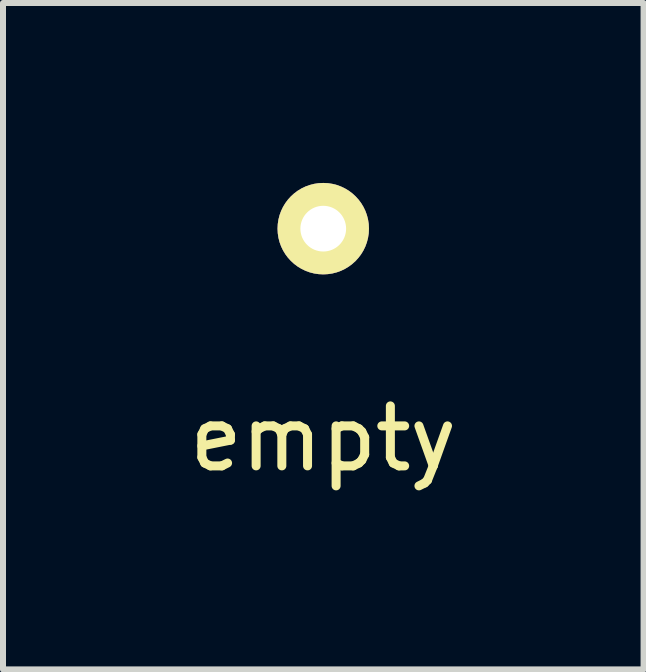
<source format=kicad_pcb>
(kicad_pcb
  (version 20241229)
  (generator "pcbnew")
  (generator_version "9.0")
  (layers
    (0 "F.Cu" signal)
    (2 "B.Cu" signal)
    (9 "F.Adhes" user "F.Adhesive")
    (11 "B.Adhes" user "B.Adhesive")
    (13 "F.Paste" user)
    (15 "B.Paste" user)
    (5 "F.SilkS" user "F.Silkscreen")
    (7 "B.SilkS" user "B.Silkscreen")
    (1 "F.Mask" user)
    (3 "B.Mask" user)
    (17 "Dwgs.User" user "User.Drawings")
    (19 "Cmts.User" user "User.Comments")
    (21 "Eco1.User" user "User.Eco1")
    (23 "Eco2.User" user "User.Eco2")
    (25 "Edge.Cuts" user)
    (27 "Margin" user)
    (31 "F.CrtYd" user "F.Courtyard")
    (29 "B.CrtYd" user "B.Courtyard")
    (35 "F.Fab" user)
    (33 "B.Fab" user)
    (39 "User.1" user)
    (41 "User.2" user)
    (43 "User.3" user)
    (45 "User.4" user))
  (footprint "empty"
    (layer "F.Cu")
    (at 2.339 3.762)
    (property "Reference" "empty" (at 0 0.5 0) (layer "F.SilkS") (effects (font (size 1 1) (thickness 0.15))))
    (attr through_hole)
    (pad "1" thru_hole circle (at 0 -3) (size 1.524 1.524) (drill 0.762) (layers "*.Cu" "*.Mask" "F.SilkS")))
  (gr_rect
    (start -3 -3)
    (end 7.679 8.11)
    (stroke (width 0.1) (type default))
    (fill no)
    (layer "Edge.Cuts")))
</source>
